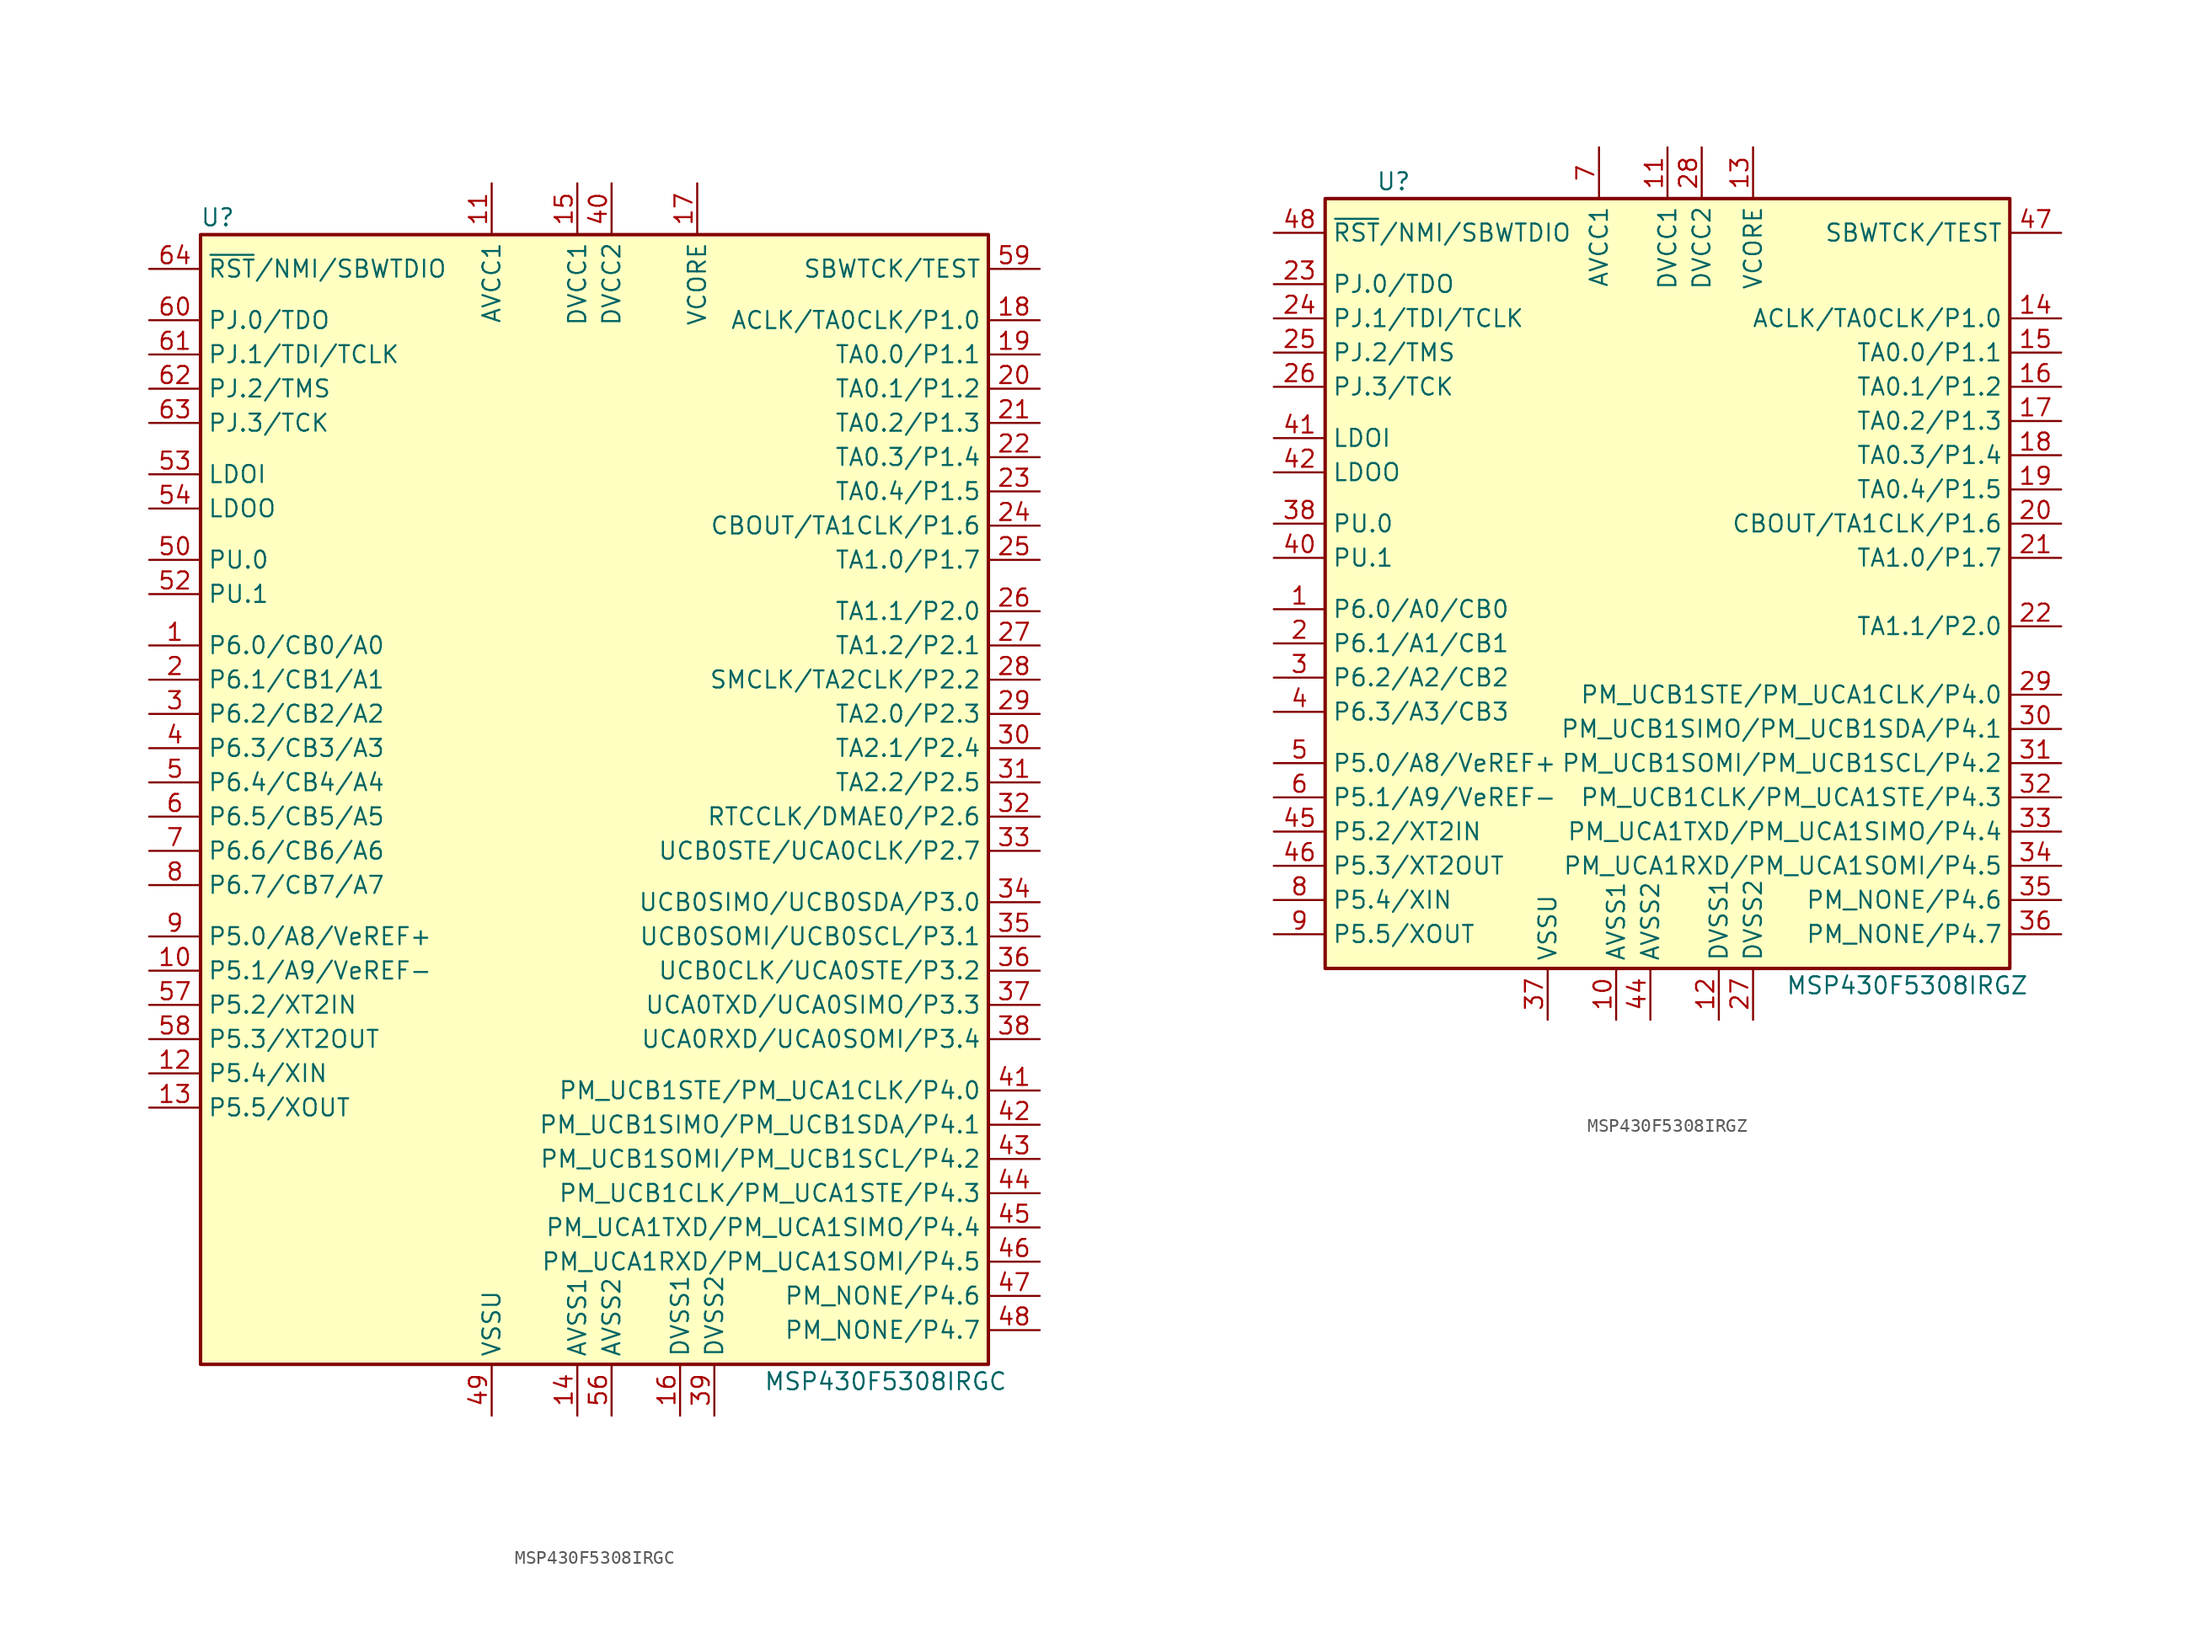
<source format=kicad_sym>
(kicad_symbol_lib
  (version 20201005)
  (generator kicad_symbol_editor)
  (symbol "MSP430F5308IRGC"
    (property "Reference" "U"
      (at -27.94 43.18 0)
      (effects (font (size 1.27 1.27))))
    (property "Value" "MSP430F5308IRGC"
      (at 21.59 -43.18 0)
      (effects (font (size 1.27 1.27))))
    (symbol "MSP430F5308IRGC_0_1"
      (rectangle (start -29.21 41.91) (end 29.21 -41.91) (stroke (width 0.254)) (fill (type background))))
    (symbol "MSP430F5308IRGC_1_1"
      (pin bidirectional line (at -33.02 11.43 0) (length 3.81) (name "P6.0/CB0/A0" (effects (font (size 1.27 1.27)))) (number "1" (effects (font (size 1.27 1.27)))))
      (pin bidirectional line (at -33.02 -12.7 0) (length 3.81) (name "P5.1/A9/VeREF-" (effects (font (size 1.27 1.27)))) (number "10" (effects (font (size 1.27 1.27)))))
      (pin power_in line (at -7.62 45.72 270) (length 3.81) (name "AVCC1" (effects (font (size 1.27 1.27)))) (number "11" (effects (font (size 1.27 1.27)))))
      (pin bidirectional line (at -33.02 -20.32 0) (length 3.81) (name "P5.4/XIN" (effects (font (size 1.27 1.27)))) (number "12" (effects (font (size 1.27 1.27)))))
      (pin bidirectional line (at -33.02 -22.86 0) (length 3.81) (name "P5.5/XOUT" (effects (font (size 1.27 1.27)))) (number "13" (effects (font (size 1.27 1.27)))))
      (pin power_in line (at -1.27 -45.72 90) (length 3.81) (name "AVSS1" (effects (font (size 1.27 1.27)))) (number "14" (effects (font (size 1.27 1.27)))))
      (pin power_in line (at -1.27 45.72 270) (length 3.81) (name "DVCC1" (effects (font (size 1.27 1.27)))) (number "15" (effects (font (size 1.27 1.27)))))
      (pin power_in line (at 6.35 -45.72 90) (length 3.81) (name "DVSS1" (effects (font (size 1.27 1.27)))) (number "16" (effects (font (size 1.27 1.27)))))
      (pin bidirectional line (at 7.62 45.72 270) (length 3.81) (name "VCORE" (effects (font (size 1.27 1.27)))) (number "17" (effects (font (size 1.27 1.27)))))
      (pin bidirectional line (at 33.02 35.56 180) (length 3.81) (name "ACLK/TA0CLK/P1.0" (effects (font (size 1.27 1.27)))) (number "18" (effects (font (size 1.27 1.27)))))
      (pin bidirectional line (at 33.02 33.02 180) (length 3.81) (name "TA0.0/P1.1" (effects (font (size 1.27 1.27)))) (number "19" (effects (font (size 1.27 1.27)))))
      (pin bidirectional line (at -33.02 8.89 0) (length 3.81) (name "P6.1/CB1/A1" (effects (font (size 1.27 1.27)))) (number "2" (effects (font (size 1.27 1.27)))))
      (pin bidirectional line (at 33.02 30.48 180) (length 3.81) (name "TA0.1/P1.2" (effects (font (size 1.27 1.27)))) (number "20" (effects (font (size 1.27 1.27)))))
      (pin bidirectional line (at 33.02 27.94 180) (length 3.81) (name "TA0.2/P1.3" (effects (font (size 1.27 1.27)))) (number "21" (effects (font (size 1.27 1.27)))))
      (pin bidirectional line (at 33.02 25.4 180) (length 3.81) (name "TA0.3/P1.4" (effects (font (size 1.27 1.27)))) (number "22" (effects (font (size 1.27 1.27)))))
      (pin bidirectional line (at 33.02 22.86 180) (length 3.81) (name "TA0.4/P1.5" (effects (font (size 1.27 1.27)))) (number "23" (effects (font (size 1.27 1.27)))))
      (pin bidirectional line (at 33.02 20.32 180) (length 3.81) (name "CBOUT/TA1CLK/P1.6" (effects (font (size 1.27 1.27)))) (number "24" (effects (font (size 1.27 1.27)))))
      (pin bidirectional line (at 33.02 17.78 180) (length 3.81) (name "TA1.0/P1.7" (effects (font (size 1.27 1.27)))) (number "25" (effects (font (size 1.27 1.27)))))
      (pin bidirectional line (at 33.02 13.97 180) (length 3.81) (name "TA1.1/P2.0" (effects (font (size 1.27 1.27)))) (number "26" (effects (font (size 1.27 1.27)))))
      (pin bidirectional line (at 33.02 11.43 180) (length 3.81) (name "TA1.2/P2.1" (effects (font (size 1.27 1.27)))) (number "27" (effects (font (size 1.27 1.27)))))
      (pin bidirectional line (at 33.02 8.89 180) (length 3.81) (name "SMCLK/TA2CLK/P2.2" (effects (font (size 1.27 1.27)))) (number "28" (effects (font (size 1.27 1.27)))))
      (pin bidirectional line (at 33.02 6.35 180) (length 3.81) (name "TA2.0/P2.3" (effects (font (size 1.27 1.27)))) (number "29" (effects (font (size 1.27 1.27)))))
      (pin bidirectional line (at -33.02 6.35 0) (length 3.81) (name "P6.2/CB2/A2" (effects (font (size 1.27 1.27)))) (number "3" (effects (font (size 1.27 1.27)))))
      (pin bidirectional line (at 33.02 3.81 180) (length 3.81) (name "TA2.1/P2.4" (effects (font (size 1.27 1.27)))) (number "30" (effects (font (size 1.27 1.27)))))
      (pin bidirectional line (at 33.02 1.27 180) (length 3.81) (name "TA2.2/P2.5" (effects (font (size 1.27 1.27)))) (number "31" (effects (font (size 1.27 1.27)))))
      (pin bidirectional line (at 33.02 -1.27 180) (length 3.81) (name "RTCCLK/DMAE0/P2.6" (effects (font (size 1.27 1.27)))) (number "32" (effects (font (size 1.27 1.27)))))
      (pin bidirectional line (at 33.02 -3.81 180) (length 3.81) (name "UCB0STE/UCA0CLK/P2.7" (effects (font (size 1.27 1.27)))) (number "33" (effects (font (size 1.27 1.27)))))
      (pin bidirectional line (at 33.02 -7.62 180) (length 3.81) (name "UCB0SIMO/UCB0SDA/P3.0" (effects (font (size 1.27 1.27)))) (number "34" (effects (font (size 1.27 1.27)))))
      (pin bidirectional line (at 33.02 -10.16 180) (length 3.81) (name "UCB0SOMI/UCB0SCL/P3.1" (effects (font (size 1.27 1.27)))) (number "35" (effects (font (size 1.27 1.27)))))
      (pin bidirectional line (at 33.02 -12.7 180) (length 3.81) (name "UCB0CLK/UCA0STE/P3.2" (effects (font (size 1.27 1.27)))) (number "36" (effects (font (size 1.27 1.27)))))
      (pin bidirectional line (at 33.02 -15.24 180) (length 3.81) (name "UCA0TXD/UCA0SIMO/P3.3" (effects (font (size 1.27 1.27)))) (number "37" (effects (font (size 1.27 1.27)))))
      (pin bidirectional line (at 33.02 -17.78 180) (length 3.81) (name "UCA0RXD/UCA0SOMI/P3.4" (effects (font (size 1.27 1.27)))) (number "38" (effects (font (size 1.27 1.27)))))
      (pin power_in line (at 8.89 -45.72 90) (length 3.81) (name "DVSS2" (effects (font (size 1.27 1.27)))) (number "39" (effects (font (size 1.27 1.27)))))
      (pin bidirectional line (at -33.02 3.81 0) (length 3.81) (name "P6.3/CB3/A3" (effects (font (size 1.27 1.27)))) (number "4" (effects (font (size 1.27 1.27)))))
      (pin power_in line (at 1.27 45.72 270) (length 3.81) (name "DVCC2" (effects (font (size 1.27 1.27)))) (number "40" (effects (font (size 1.27 1.27)))))
      (pin bidirectional line (at 33.02 -21.59 180) (length 3.81) (name "PM_UCB1STE/PM_UCA1CLK/P4.0" (effects (font (size 1.27 1.27)))) (number "41" (effects (font (size 1.27 1.27)))))
      (pin bidirectional line (at 33.02 -24.13 180) (length 3.81) (name "PM_UCB1SIMO/PM_UCB1SDA/P4.1" (effects (font (size 1.27 1.27)))) (number "42" (effects (font (size 1.27 1.27)))))
      (pin bidirectional line (at 33.02 -26.67 180) (length 3.81) (name "PM_UCB1SOMI/PM_UCB1SCL/P4.2" (effects (font (size 1.27 1.27)))) (number "43" (effects (font (size 1.27 1.27)))))
      (pin bidirectional line (at 33.02 -29.21 180) (length 3.81) (name "PM_UCB1CLK/PM_UCA1STE/P4.3" (effects (font (size 1.27 1.27)))) (number "44" (effects (font (size 1.27 1.27)))))
      (pin bidirectional line (at 33.02 -31.75 180) (length 3.81) (name "PM_UCA1TXD/PM_UCA1SIMO/P4.4" (effects (font (size 1.27 1.27)))) (number "45" (effects (font (size 1.27 1.27)))))
      (pin bidirectional line (at 33.02 -34.29 180) (length 3.81) (name "PM_UCA1RXD/PM_UCA1SOMI/P4.5" (effects (font (size 1.27 1.27)))) (number "46" (effects (font (size 1.27 1.27)))))
      (pin bidirectional line (at 33.02 -36.83 180) (length 3.81) (name "PM_NONE/P4.6" (effects (font (size 1.27 1.27)))) (number "47" (effects (font (size 1.27 1.27)))))
      (pin bidirectional line (at 33.02 -39.37 180) (length 3.81) (name "PM_NONE/P4.7" (effects (font (size 1.27 1.27)))) (number "48" (effects (font (size 1.27 1.27)))))
      (pin power_in line (at -7.62 -45.72 90) (length 3.81) (name "VSSU" (effects (font (size 1.27 1.27)))) (number "49" (effects (font (size 1.27 1.27)))))
      (pin bidirectional line (at -33.02 1.27 0) (length 3.81) (name "P6.4/CB4/A4" (effects (font (size 1.27 1.27)))) (number "5" (effects (font (size 1.27 1.27)))))
      (pin bidirectional line (at -33.02 17.78 0) (length 3.81) (name "PU.0" (effects (font (size 1.27 1.27)))) (number "50" (effects (font (size 1.27 1.27)))))
      (pin bidirectional line (at -33.02 15.24 0) (length 3.81) (name "PU.1" (effects (font (size 1.27 1.27)))) (number "52" (effects (font (size 1.27 1.27)))))
      (pin power_in line (at -33.02 24.13 0) (length 3.81) (name "LDOI" (effects (font (size 1.27 1.27)))) (number "53" (effects (font (size 1.27 1.27)))))
      (pin power_out line (at -33.02 21.59 0) (length 3.81) (name "LDOO" (effects (font (size 1.27 1.27)))) (number "54" (effects (font (size 1.27 1.27)))))
      (pin power_in line (at 1.27 -45.72 90) (length 3.81) (name "AVSS2" (effects (font (size 1.27 1.27)))) (number "56" (effects (font (size 1.27 1.27)))))
      (pin bidirectional line (at -33.02 -15.24 0) (length 3.81) (name "P5.2/XT2IN" (effects (font (size 1.27 1.27)))) (number "57" (effects (font (size 1.27 1.27)))))
      (pin bidirectional line (at -33.02 -17.78 0) (length 3.81) (name "P5.3/XT2OUT" (effects (font (size 1.27 1.27)))) (number "58" (effects (font (size 1.27 1.27)))))
      (pin input line (at 33.02 39.37 180) (length 3.81) (name "SBWTCK/TEST" (effects (font (size 1.27 1.27)))) (number "59" (effects (font (size 1.27 1.27)))))
      (pin bidirectional line (at -33.02 -1.27 0) (length 3.81) (name "P6.5/CB5/A5" (effects (font (size 1.27 1.27)))) (number "6" (effects (font (size 1.27 1.27)))))
      (pin bidirectional line (at -33.02 35.56 0) (length 3.81) (name "PJ.0/TDO" (effects (font (size 1.27 1.27)))) (number "60" (effects (font (size 1.27 1.27)))))
      (pin bidirectional line (at -33.02 33.02 0) (length 3.81) (name "PJ.1/TDI/TCLK" (effects (font (size 1.27 1.27)))) (number "61" (effects (font (size 1.27 1.27)))))
      (pin bidirectional line (at -33.02 30.48 0) (length 3.81) (name "PJ.2/TMS" (effects (font (size 1.27 1.27)))) (number "62" (effects (font (size 1.27 1.27)))))
      (pin bidirectional line (at -33.02 27.94 0) (length 3.81) (name "PJ.3/TCK" (effects (font (size 1.27 1.27)))) (number "63" (effects (font (size 1.27 1.27)))))
      (pin input line (at -33.02 39.37 0) (length 3.81) (name "~RST~/NMI/SBWTDIO" (effects (font (size 1.27 1.27)))) (number "64" (effects (font (size 1.27 1.27)))))
      (pin bidirectional line (at -33.02 -3.81 0) (length 3.81) (name "P6.6/CB6/A6" (effects (font (size 1.27 1.27)))) (number "7" (effects (font (size 1.27 1.27)))))
      (pin bidirectional line (at -33.02 -6.35 0) (length 3.81) (name "P6.7/CB7/A7" (effects (font (size 1.27 1.27)))) (number "8" (effects (font (size 1.27 1.27)))))
      (pin bidirectional line (at -33.02 -10.16 0) (length 3.81) (name "P5.0/A8/VeREF+" (effects (font (size 1.27 1.27)))) (number "9" (effects (font (size 1.27 1.27)))))))
  (symbol "MSP430F5308IRGZ"
    (property "Reference" "U"
      (at -21.59 30.48 0)
      (effects (font (size 1.27 1.27))))
    (property "Value" "MSP430F5308IRGZ"
      (at 16.51 -29.21 0)
      (effects (font (size 1.27 1.27))))
    (symbol "MSP430F5308IRGZ_0_1"
      (rectangle (start -26.67 29.21) (end 24.13 -27.94) (stroke (width 0.254)) (fill (type background))))
    (symbol "MSP430F5308IRGZ_1_1"
      (pin bidirectional line (at -30.48 -1.27 0) (length 3.81) (name "P6.0/A0/CB0" (effects (font (size 1.27 1.27)))) (number "1" (effects (font (size 1.27 1.27)))))
      (pin power_in line (at -5.08 -31.75 90) (length 3.81) (name "AVSS1" (effects (font (size 1.27 1.27)))) (number "10" (effects (font (size 1.27 1.27)))))
      (pin power_in line (at -1.27 33.02 270) (length 3.81) (name "DVCC1" (effects (font (size 1.27 1.27)))) (number "11" (effects (font (size 1.27 1.27)))))
      (pin power_in line (at 2.54 -31.75 90) (length 3.81) (name "DVSS1" (effects (font (size 1.27 1.27)))) (number "12" (effects (font (size 1.27 1.27)))))
      (pin bidirectional line (at 5.08 33.02 270) (length 3.81) (name "VCORE" (effects (font (size 1.27 1.27)))) (number "13" (effects (font (size 1.27 1.27)))))
      (pin bidirectional line (at 27.94 20.32 180) (length 3.81) (name "ACLK/TA0CLK/P1.0" (effects (font (size 1.27 1.27)))) (number "14" (effects (font (size 1.27 1.27)))))
      (pin bidirectional line (at 27.94 17.78 180) (length 3.81) (name "TA0.0/P1.1" (effects (font (size 1.27 1.27)))) (number "15" (effects (font (size 1.27 1.27)))))
      (pin bidirectional line (at 27.94 15.24 180) (length 3.81) (name "TA0.1/P1.2" (effects (font (size 1.27 1.27)))) (number "16" (effects (font (size 1.27 1.27)))))
      (pin bidirectional line (at 27.94 12.7 180) (length 3.81) (name "TA0.2/P1.3" (effects (font (size 1.27 1.27)))) (number "17" (effects (font (size 1.27 1.27)))))
      (pin bidirectional line (at 27.94 10.16 180) (length 3.81) (name "TA0.3/P1.4" (effects (font (size 1.27 1.27)))) (number "18" (effects (font (size 1.27 1.27)))))
      (pin bidirectional line (at 27.94 7.62 180) (length 3.81) (name "TA0.4/P1.5" (effects (font (size 1.27 1.27)))) (number "19" (effects (font (size 1.27 1.27)))))
      (pin bidirectional line (at -30.48 -3.81 0) (length 3.81) (name "P6.1/A1/CB1" (effects (font (size 1.27 1.27)))) (number "2" (effects (font (size 1.27 1.27)))))
      (pin bidirectional line (at 27.94 5.08 180) (length 3.81) (name "CBOUT/TA1CLK/P1.6" (effects (font (size 1.27 1.27)))) (number "20" (effects (font (size 1.27 1.27)))))
      (pin bidirectional line (at 27.94 2.54 180) (length 3.81) (name "TA1.0/P1.7" (effects (font (size 1.27 1.27)))) (number "21" (effects (font (size 1.27 1.27)))))
      (pin bidirectional line (at 27.94 -2.54 180) (length 3.81) (name "TA1.1/P2.0" (effects (font (size 1.27 1.27)))) (number "22" (effects (font (size 1.27 1.27)))))
      (pin bidirectional line (at -30.48 22.86 0) (length 3.81) (name "PJ.0/TDO" (effects (font (size 1.27 1.27)))) (number "23" (effects (font (size 1.27 1.27)))))
      (pin bidirectional line (at -30.48 20.32 0) (length 3.81) (name "PJ.1/TDI/TCLK" (effects (font (size 1.27 1.27)))) (number "24" (effects (font (size 1.27 1.27)))))
      (pin bidirectional line (at -30.48 17.78 0) (length 3.81) (name "PJ.2/TMS" (effects (font (size 1.27 1.27)))) (number "25" (effects (font (size 1.27 1.27)))))
      (pin bidirectional line (at -30.48 15.24 0) (length 3.81) (name "PJ.3/TCK" (effects (font (size 1.27 1.27)))) (number "26" (effects (font (size 1.27 1.27)))))
      (pin power_in line (at 5.08 -31.75 90) (length 3.81) (name "DVSS2" (effects (font (size 1.27 1.27)))) (number "27" (effects (font (size 1.27 1.27)))))
      (pin power_in line (at 1.27 33.02 270) (length 3.81) (name "DVCC2" (effects (font (size 1.27 1.27)))) (number "28" (effects (font (size 1.27 1.27)))))
      (pin bidirectional line (at 27.94 -7.62 180) (length 3.81) (name "PM_UCB1STE/PM_UCA1CLK/P4.0" (effects (font (size 1.27 1.27)))) (number "29" (effects (font (size 1.27 1.27)))))
      (pin bidirectional line (at -30.48 -6.35 0) (length 3.81) (name "P6.2/A2/CB2" (effects (font (size 1.27 1.27)))) (number "3" (effects (font (size 1.27 1.27)))))
      (pin bidirectional line (at 27.94 -10.16 180) (length 3.81) (name "PM_UCB1SIMO/PM_UCB1SDA/P4.1" (effects (font (size 1.27 1.27)))) (number "30" (effects (font (size 1.27 1.27)))))
      (pin bidirectional line (at 27.94 -12.7 180) (length 3.81) (name "PM_UCB1SOMI/PM_UCB1SCL/P4.2" (effects (font (size 1.27 1.27)))) (number "31" (effects (font (size 1.27 1.27)))))
      (pin bidirectional line (at 27.94 -15.24 180) (length 3.81) (name "PM_UCB1CLK/PM_UCA1STE/P4.3" (effects (font (size 1.27 1.27)))) (number "32" (effects (font (size 1.27 1.27)))))
      (pin bidirectional line (at 27.94 -17.78 180) (length 3.81) (name "PM_UCA1TXD/PM_UCA1SIMO/P4.4" (effects (font (size 1.27 1.27)))) (number "33" (effects (font (size 1.27 1.27)))))
      (pin bidirectional line (at 27.94 -20.32 180) (length 3.81) (name "PM_UCA1RXD/PM_UCA1SOMI/P4.5" (effects (font (size 1.27 1.27)))) (number "34" (effects (font (size 1.27 1.27)))))
      (pin bidirectional line (at 27.94 -22.86 180) (length 3.81) (name "PM_NONE/P4.6" (effects (font (size 1.27 1.27)))) (number "35" (effects (font (size 1.27 1.27)))))
      (pin bidirectional line (at 27.94 -25.4 180) (length 3.81) (name "PM_NONE/P4.7" (effects (font (size 1.27 1.27)))) (number "36" (effects (font (size 1.27 1.27)))))
      (pin power_in line (at -10.16 -31.75 90) (length 3.81) (name "VSSU" (effects (font (size 1.27 1.27)))) (number "37" (effects (font (size 1.27 1.27)))))
      (pin bidirectional line (at -30.48 5.08 0) (length 3.81) (name "PU.0" (effects (font (size 1.27 1.27)))) (number "38" (effects (font (size 1.27 1.27)))))
      (pin bidirectional line (at -30.48 -8.89 0) (length 3.81) (name "P6.3/A3/CB3" (effects (font (size 1.27 1.27)))) (number "4" (effects (font (size 1.27 1.27)))))
      (pin bidirectional line (at -30.48 2.54 0) (length 3.81) (name "PU.1" (effects (font (size 1.27 1.27)))) (number "40" (effects (font (size 1.27 1.27)))))
      (pin power_in line (at -30.48 11.43 0) (length 3.81) (name "LDOI" (effects (font (size 1.27 1.27)))) (number "41" (effects (font (size 1.27 1.27)))))
      (pin power_out line (at -30.48 8.89 0) (length 3.81) (name "LDOO" (effects (font (size 1.27 1.27)))) (number "42" (effects (font (size 1.27 1.27)))))
      (pin power_in line (at -2.54 -31.75 90) (length 3.81) (name "AVSS2" (effects (font (size 1.27 1.27)))) (number "44" (effects (font (size 1.27 1.27)))))
      (pin bidirectional line (at -30.48 -17.78 0) (length 3.81) (name "P5.2/XT2IN" (effects (font (size 1.27 1.27)))) (number "45" (effects (font (size 1.27 1.27)))))
      (pin bidirectional line (at -30.48 -20.32 0) (length 3.81) (name "P5.3/XT2OUT" (effects (font (size 1.27 1.27)))) (number "46" (effects (font (size 1.27 1.27)))))
      (pin input line (at 27.94 26.67 180) (length 3.81) (name "SBWTCK/TEST" (effects (font (size 1.27 1.27)))) (number "47" (effects (font (size 1.27 1.27)))))
      (pin input line (at -30.48 26.67 0) (length 3.81) (name "~RST~/NMI/SBWTDIO" (effects (font (size 1.27 1.27)))) (number "48" (effects (font (size 1.27 1.27)))))
      (pin bidirectional line (at -30.48 -12.7 0) (length 3.81) (name "P5.0/A8/VeREF+" (effects (font (size 1.27 1.27)))) (number "5" (effects (font (size 1.27 1.27)))))
      (pin bidirectional line (at -30.48 -15.24 0) (length 3.81) (name "P5.1/A9/VeREF-" (effects (font (size 1.27 1.27)))) (number "6" (effects (font (size 1.27 1.27)))))
      (pin power_in line (at -6.35 33.02 270) (length 3.81) (name "AVCC1" (effects (font (size 1.27 1.27)))) (number "7" (effects (font (size 1.27 1.27)))))
      (pin bidirectional line (at -30.48 -22.86 0) (length 3.81) (name "P5.4/XIN" (effects (font (size 1.27 1.27)))) (number "8" (effects (font (size 1.27 1.27)))))
      (pin bidirectional line (at -30.48 -25.4 0) (length 3.81) (name "P5.5/XOUT" (effects (font (size 1.27 1.27)))) (number "9" (effects (font (size 1.27 1.27))))))))
</source>
